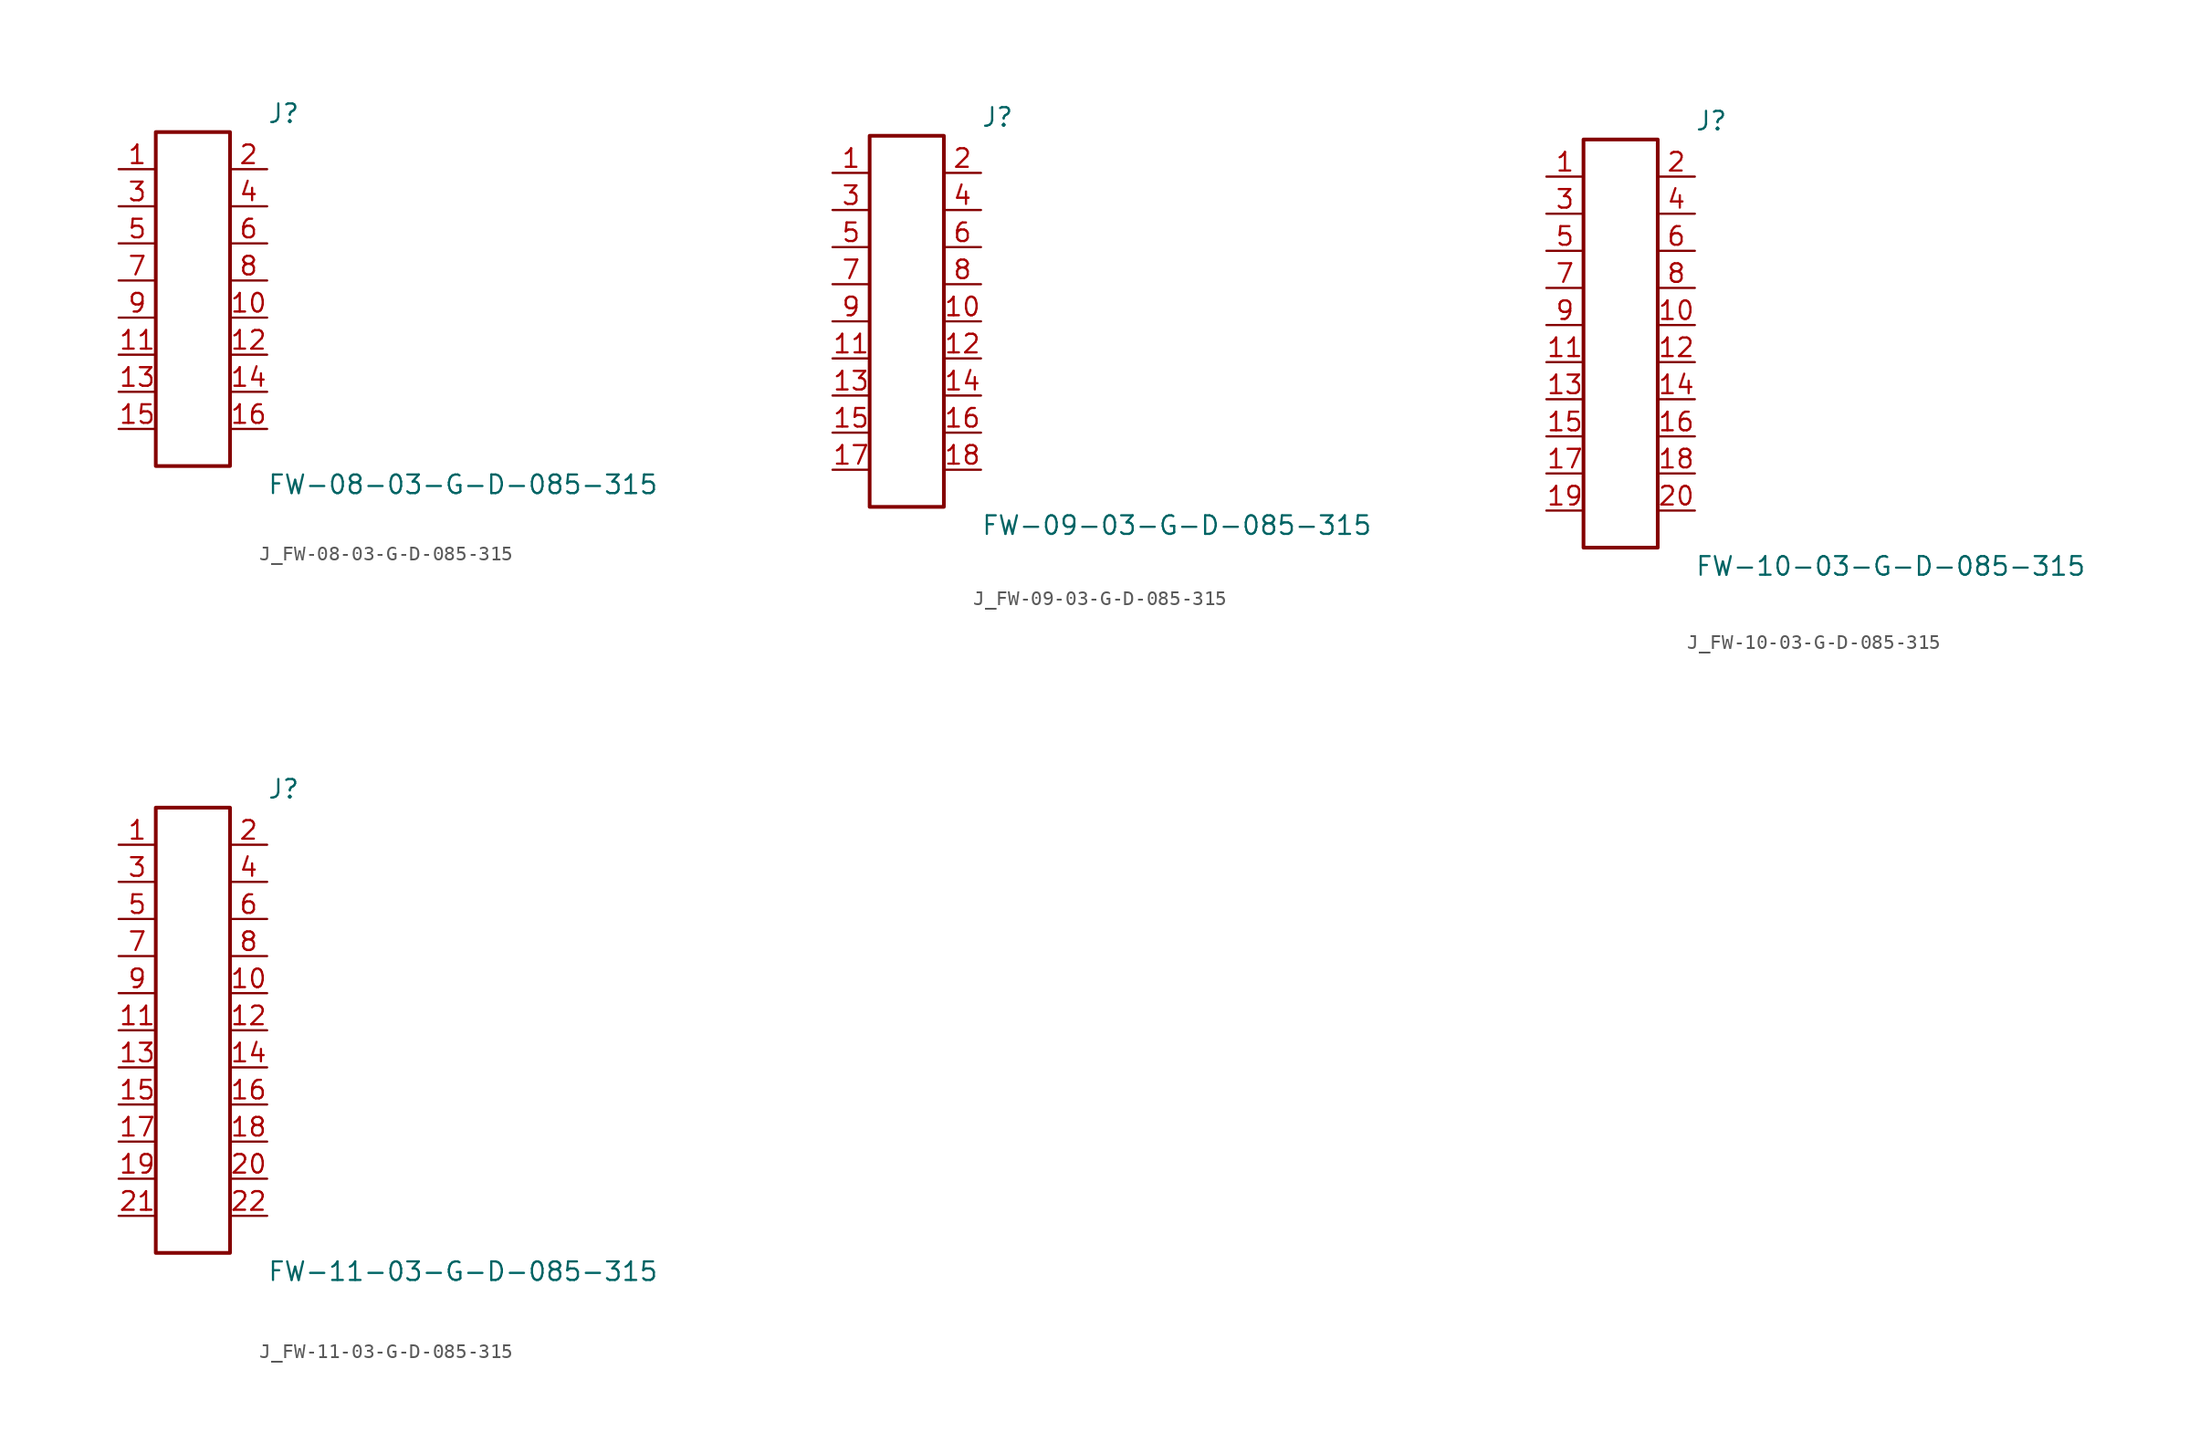
<source format=kicad_sym>
(kicad_symbol_lib
  (version 20231120)
  (generator kicad_symbol_editor)
  (generator_version 8.0)
  (symbol "J_FW-08-03-G-D-085-315"
    (pin_names
      (offset 0.254))
    (property "Reference" "J"
      (at 5.08 12.7 0)
      (effects (font (size 1.27 1.27)) (justify left)))
    (property "Value" "FW-08-03-G-D-085-315"
      (at 5.08 -12.7 0)
      (effects (font (size 1.27 1.27)) (justify left)))
    (symbol "J_FW-08-03-G-D-085-315_0_0"
      (pin unspecified line (at -5.08 8.89 0) (length 2.54) (name "" (effects (font (size 1.27 1.27)))) (number "1" (effects (font (size 1.27 1.27)))))
      (pin unspecified line (at 5.08 8.89 180) (length 2.54) (name "" (effects (font (size 1.27 1.27)))) (number "2" (effects (font (size 1.27 1.27)))))
      (pin unspecified line (at -5.08 6.35 0) (length 2.54) (name "" (effects (font (size 1.27 1.27)))) (number "3" (effects (font (size 1.27 1.27)))))
      (pin unspecified line (at 5.08 6.35 180) (length 2.54) (name "" (effects (font (size 1.27 1.27)))) (number "4" (effects (font (size 1.27 1.27)))))
      (pin unspecified line (at -5.08 3.81 0) (length 2.54) (name "" (effects (font (size 1.27 1.27)))) (number "5" (effects (font (size 1.27 1.27)))))
      (pin unspecified line (at 5.08 3.81 180) (length 2.54) (name "" (effects (font (size 1.27 1.27)))) (number "6" (effects (font (size 1.27 1.27)))))
      (pin unspecified line (at -5.08 1.27 0) (length 2.54) (name "" (effects (font (size 1.27 1.27)))) (number "7" (effects (font (size 1.27 1.27)))))
      (pin unspecified line (at 5.08 1.27 180) (length 2.54) (name "" (effects (font (size 1.27 1.27)))) (number "8" (effects (font (size 1.27 1.27)))))
      (pin unspecified line (at -5.08 -1.27 0) (length 2.54) (name "" (effects (font (size 1.27 1.27)))) (number "9" (effects (font (size 1.27 1.27)))))
      (pin unspecified line (at 5.08 -1.27 180) (length 2.54) (name "" (effects (font (size 1.27 1.27)))) (number "10" (effects (font (size 1.27 1.27)))))
      (pin unspecified line (at -5.08 -3.81 0) (length 2.54) (name "" (effects (font (size 1.27 1.27)))) (number "11" (effects (font (size 1.27 1.27)))))
      (pin unspecified line (at 5.08 -3.81 180) (length 2.54) (name "" (effects (font (size 1.27 1.27)))) (number "12" (effects (font (size 1.27 1.27)))))
      (pin unspecified line (at -5.08 -6.35 0) (length 2.54) (name "" (effects (font (size 1.27 1.27)))) (number "13" (effects (font (size 1.27 1.27)))))
      (pin unspecified line (at 5.08 -6.35 180) (length 2.54) (name "" (effects (font (size 1.27 1.27)))) (number "14" (effects (font (size 1.27 1.27)))))
      (pin unspecified line (at -5.08 -8.89 0) (length 2.54) (name "" (effects (font (size 1.27 1.27)))) (number "15" (effects (font (size 1.27 1.27)))))
      (pin unspecified line (at 5.08 -8.89 180) (length 2.54) (name "" (effects (font (size 1.27 1.27)))) (number "16" (effects (font (size 1.27 1.27))))))
    (symbol "J_FW-08-03-G-D-085-315_1_0"
      (rectangle (start -2.54 11.43) (end 2.54 -11.43) (stroke (width 0.254) (type solid)) (fill (type none)))))
  (symbol "J_FW-09-03-G-D-085-315"
    (pin_names
      (offset 0.254))
    (property "Reference" "J"
      (at 5.08 13.97 0)
      (effects (font (size 1.27 1.27)) (justify left)))
    (property "Value" "FW-09-03-G-D-085-315"
      (at 5.08 -13.97 0)
      (effects (font (size 1.27 1.27)) (justify left)))
    (symbol "J_FW-09-03-G-D-085-315_0_0"
      (pin unspecified line (at -5.08 10.16 0) (length 2.54) (name "" (effects (font (size 1.27 1.27)))) (number "1" (effects (font (size 1.27 1.27)))))
      (pin unspecified line (at 5.08 10.16 180) (length 2.54) (name "" (effects (font (size 1.27 1.27)))) (number "2" (effects (font (size 1.27 1.27)))))
      (pin unspecified line (at -5.08 7.62 0) (length 2.54) (name "" (effects (font (size 1.27 1.27)))) (number "3" (effects (font (size 1.27 1.27)))))
      (pin unspecified line (at 5.08 7.62 180) (length 2.54) (name "" (effects (font (size 1.27 1.27)))) (number "4" (effects (font (size 1.27 1.27)))))
      (pin unspecified line (at -5.08 5.08 0) (length 2.54) (name "" (effects (font (size 1.27 1.27)))) (number "5" (effects (font (size 1.27 1.27)))))
      (pin unspecified line (at 5.08 5.08 180) (length 2.54) (name "" (effects (font (size 1.27 1.27)))) (number "6" (effects (font (size 1.27 1.27)))))
      (pin unspecified line (at -5.08 2.54 0) (length 2.54) (name "" (effects (font (size 1.27 1.27)))) (number "7" (effects (font (size 1.27 1.27)))))
      (pin unspecified line (at 5.08 2.54 180) (length 2.54) (name "" (effects (font (size 1.27 1.27)))) (number "8" (effects (font (size 1.27 1.27)))))
      (pin unspecified line (at -5.08 0.0 0) (length 2.54) (name "" (effects (font (size 1.27 1.27)))) (number "9" (effects (font (size 1.27 1.27)))))
      (pin unspecified line (at 5.08 0.0 180) (length 2.54) (name "" (effects (font (size 1.27 1.27)))) (number "10" (effects (font (size 1.27 1.27)))))
      (pin unspecified line (at -5.08 -2.54 0) (length 2.54) (name "" (effects (font (size 1.27 1.27)))) (number "11" (effects (font (size 1.27 1.27)))))
      (pin unspecified line (at 5.08 -2.54 180) (length 2.54) (name "" (effects (font (size 1.27 1.27)))) (number "12" (effects (font (size 1.27 1.27)))))
      (pin unspecified line (at -5.08 -5.08 0) (length 2.54) (name "" (effects (font (size 1.27 1.27)))) (number "13" (effects (font (size 1.27 1.27)))))
      (pin unspecified line (at 5.08 -5.08 180) (length 2.54) (name "" (effects (font (size 1.27 1.27)))) (number "14" (effects (font (size 1.27 1.27)))))
      (pin unspecified line (at -5.08 -7.62 0) (length 2.54) (name "" (effects (font (size 1.27 1.27)))) (number "15" (effects (font (size 1.27 1.27)))))
      (pin unspecified line (at 5.08 -7.62 180) (length 2.54) (name "" (effects (font (size 1.27 1.27)))) (number "16" (effects (font (size 1.27 1.27)))))
      (pin unspecified line (at -5.08 -10.16 0) (length 2.54) (name "" (effects (font (size 1.27 1.27)))) (number "17" (effects (font (size 1.27 1.27)))))
      (pin unspecified line (at 5.08 -10.16 180) (length 2.54) (name "" (effects (font (size 1.27 1.27)))) (number "18" (effects (font (size 1.27 1.27))))))
    (symbol "J_FW-09-03-G-D-085-315_1_0"
      (rectangle (start -2.54 12.7) (end 2.54 -12.7) (stroke (width 0.254) (type solid)) (fill (type none)))))
  (symbol "J_FW-10-03-G-D-085-315"
    (pin_names
      (offset 0.254))
    (property "Reference" "J"
      (at 5.08 15.24 0)
      (effects (font (size 1.27 1.27)) (justify left)))
    (property "Value" "FW-10-03-G-D-085-315"
      (at 5.08 -15.24 0)
      (effects (font (size 1.27 1.27)) (justify left)))
    (symbol "J_FW-10-03-G-D-085-315_0_0"
      (pin unspecified line (at -5.08 11.43 0) (length 2.54) (name "" (effects (font (size 1.27 1.27)))) (number "1" (effects (font (size 1.27 1.27)))))
      (pin unspecified line (at 5.08 11.43 180) (length 2.54) (name "" (effects (font (size 1.27 1.27)))) (number "2" (effects (font (size 1.27 1.27)))))
      (pin unspecified line (at -5.08 8.89 0) (length 2.54) (name "" (effects (font (size 1.27 1.27)))) (number "3" (effects (font (size 1.27 1.27)))))
      (pin unspecified line (at 5.08 8.89 180) (length 2.54) (name "" (effects (font (size 1.27 1.27)))) (number "4" (effects (font (size 1.27 1.27)))))
      (pin unspecified line (at -5.08 6.35 0) (length 2.54) (name "" (effects (font (size 1.27 1.27)))) (number "5" (effects (font (size 1.27 1.27)))))
      (pin unspecified line (at 5.08 6.35 180) (length 2.54) (name "" (effects (font (size 1.27 1.27)))) (number "6" (effects (font (size 1.27 1.27)))))
      (pin unspecified line (at -5.08 3.81 0) (length 2.54) (name "" (effects (font (size 1.27 1.27)))) (number "7" (effects (font (size 1.27 1.27)))))
      (pin unspecified line (at 5.08 3.81 180) (length 2.54) (name "" (effects (font (size 1.27 1.27)))) (number "8" (effects (font (size 1.27 1.27)))))
      (pin unspecified line (at -5.08 1.27 0) (length 2.54) (name "" (effects (font (size 1.27 1.27)))) (number "9" (effects (font (size 1.27 1.27)))))
      (pin unspecified line (at 5.08 1.27 180) (length 2.54) (name "" (effects (font (size 1.27 1.27)))) (number "10" (effects (font (size 1.27 1.27)))))
      (pin unspecified line (at -5.08 -1.27 0) (length 2.54) (name "" (effects (font (size 1.27 1.27)))) (number "11" (effects (font (size 1.27 1.27)))))
      (pin unspecified line (at 5.08 -1.27 180) (length 2.54) (name "" (effects (font (size 1.27 1.27)))) (number "12" (effects (font (size 1.27 1.27)))))
      (pin unspecified line (at -5.08 -3.81 0) (length 2.54) (name "" (effects (font (size 1.27 1.27)))) (number "13" (effects (font (size 1.27 1.27)))))
      (pin unspecified line (at 5.08 -3.81 180) (length 2.54) (name "" (effects (font (size 1.27 1.27)))) (number "14" (effects (font (size 1.27 1.27)))))
      (pin unspecified line (at -5.08 -6.35 0) (length 2.54) (name "" (effects (font (size 1.27 1.27)))) (number "15" (effects (font (size 1.27 1.27)))))
      (pin unspecified line (at 5.08 -6.35 180) (length 2.54) (name "" (effects (font (size 1.27 1.27)))) (number "16" (effects (font (size 1.27 1.27)))))
      (pin unspecified line (at -5.08 -8.89 0) (length 2.54) (name "" (effects (font (size 1.27 1.27)))) (number "17" (effects (font (size 1.27 1.27)))))
      (pin unspecified line (at 5.08 -8.89 180) (length 2.54) (name "" (effects (font (size 1.27 1.27)))) (number "18" (effects (font (size 1.27 1.27)))))
      (pin unspecified line (at -5.08 -11.43 0) (length 2.54) (name "" (effects (font (size 1.27 1.27)))) (number "19" (effects (font (size 1.27 1.27)))))
      (pin unspecified line (at 5.08 -11.43 180) (length 2.54) (name "" (effects (font (size 1.27 1.27)))) (number "20" (effects (font (size 1.27 1.27))))))
    (symbol "J_FW-10-03-G-D-085-315_1_0"
      (rectangle (start -2.54 13.97) (end 2.54 -13.97) (stroke (width 0.254) (type solid)) (fill (type none)))))
  (symbol "J_FW-11-03-G-D-085-315"
    (pin_names
      (offset 0.254))
    (property "Reference" "J"
      (at 5.08 16.51 0)
      (effects (font (size 1.27 1.27)) (justify left)))
    (property "Value" "FW-11-03-G-D-085-315"
      (at 5.08 -16.51 0)
      (effects (font (size 1.27 1.27)) (justify left)))
    (symbol "J_FW-11-03-G-D-085-315_0_0"
      (pin unspecified line (at -5.08 12.7 0) (length 2.54) (name "" (effects (font (size 1.27 1.27)))) (number "1" (effects (font (size 1.27 1.27)))))
      (pin unspecified line (at 5.08 12.7 180) (length 2.54) (name "" (effects (font (size 1.27 1.27)))) (number "2" (effects (font (size 1.27 1.27)))))
      (pin unspecified line (at -5.08 10.16 0) (length 2.54) (name "" (effects (font (size 1.27 1.27)))) (number "3" (effects (font (size 1.27 1.27)))))
      (pin unspecified line (at 5.08 10.16 180) (length 2.54) (name "" (effects (font (size 1.27 1.27)))) (number "4" (effects (font (size 1.27 1.27)))))
      (pin unspecified line (at -5.08 7.62 0) (length 2.54) (name "" (effects (font (size 1.27 1.27)))) (number "5" (effects (font (size 1.27 1.27)))))
      (pin unspecified line (at 5.08 7.62 180) (length 2.54) (name "" (effects (font (size 1.27 1.27)))) (number "6" (effects (font (size 1.27 1.27)))))
      (pin unspecified line (at -5.08 5.08 0) (length 2.54) (name "" (effects (font (size 1.27 1.27)))) (number "7" (effects (font (size 1.27 1.27)))))
      (pin unspecified line (at 5.08 5.08 180) (length 2.54) (name "" (effects (font (size 1.27 1.27)))) (number "8" (effects (font (size 1.27 1.27)))))
      (pin unspecified line (at -5.08 2.54 0) (length 2.54) (name "" (effects (font (size 1.27 1.27)))) (number "9" (effects (font (size 1.27 1.27)))))
      (pin unspecified line (at 5.08 2.54 180) (length 2.54) (name "" (effects (font (size 1.27 1.27)))) (number "10" (effects (font (size 1.27 1.27)))))
      (pin unspecified line (at -5.08 0.0 0) (length 2.54) (name "" (effects (font (size 1.27 1.27)))) (number "11" (effects (font (size 1.27 1.27)))))
      (pin unspecified line (at 5.08 0.0 180) (length 2.54) (name "" (effects (font (size 1.27 1.27)))) (number "12" (effects (font (size 1.27 1.27)))))
      (pin unspecified line (at -5.08 -2.54 0) (length 2.54) (name "" (effects (font (size 1.27 1.27)))) (number "13" (effects (font (size 1.27 1.27)))))
      (pin unspecified line (at 5.08 -2.54 180) (length 2.54) (name "" (effects (font (size 1.27 1.27)))) (number "14" (effects (font (size 1.27 1.27)))))
      (pin unspecified line (at -5.08 -5.08 0) (length 2.54) (name "" (effects (font (size 1.27 1.27)))) (number "15" (effects (font (size 1.27 1.27)))))
      (pin unspecified line (at 5.08 -5.08 180) (length 2.54) (name "" (effects (font (size 1.27 1.27)))) (number "16" (effects (font (size 1.27 1.27)))))
      (pin unspecified line (at -5.08 -7.62 0) (length 2.54) (name "" (effects (font (size 1.27 1.27)))) (number "17" (effects (font (size 1.27 1.27)))))
      (pin unspecified line (at 5.08 -7.62 180) (length 2.54) (name "" (effects (font (size 1.27 1.27)))) (number "18" (effects (font (size 1.27 1.27)))))
      (pin unspecified line (at -5.08 -10.16 0) (length 2.54) (name "" (effects (font (size 1.27 1.27)))) (number "19" (effects (font (size 1.27 1.27)))))
      (pin unspecified line (at 5.08 -10.16 180) (length 2.54) (name "" (effects (font (size 1.27 1.27)))) (number "20" (effects (font (size 1.27 1.27)))))
      (pin unspecified line (at -5.08 -12.7 0) (length 2.54) (name "" (effects (font (size 1.27 1.27)))) (number "21" (effects (font (size 1.27 1.27)))))
      (pin unspecified line (at 5.08 -12.7 180) (length 2.54) (name "" (effects (font (size 1.27 1.27)))) (number "22" (effects (font (size 1.27 1.27))))))
    (symbol "J_FW-11-03-G-D-085-315_1_0"
      (rectangle (start -2.54 15.24) (end 2.54 -15.24) (stroke (width 0.254) (type solid)) (fill (type none))))))
</source>
